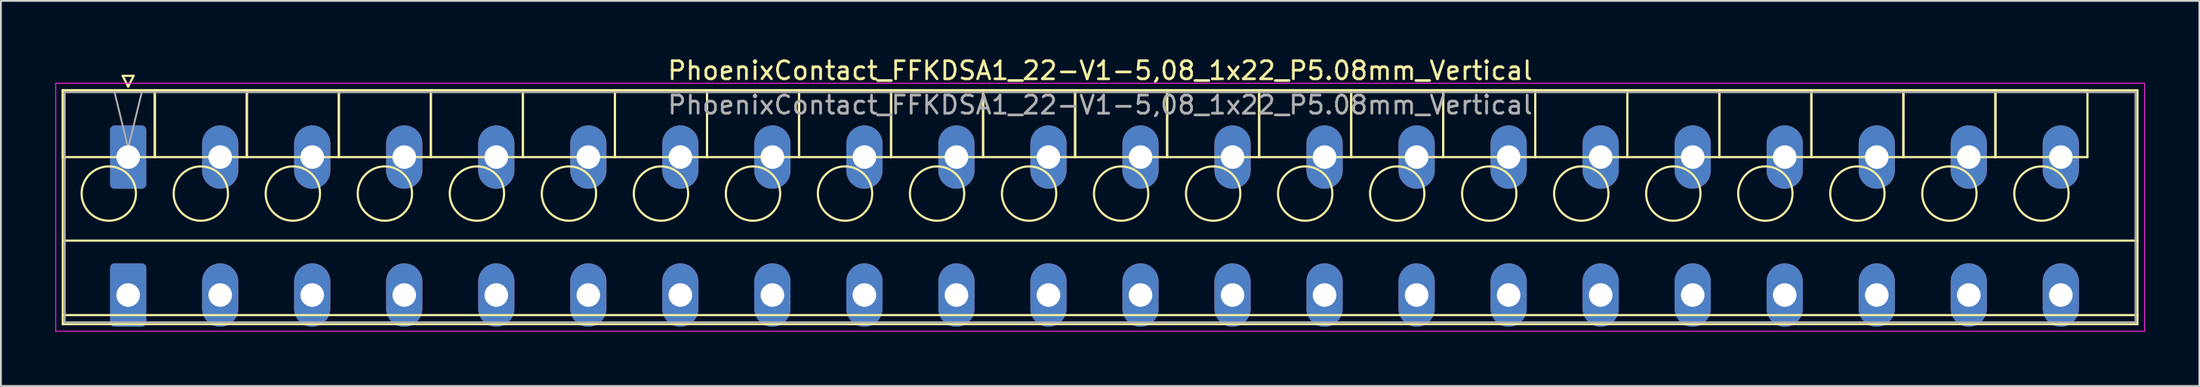
<source format=kicad_pcb>
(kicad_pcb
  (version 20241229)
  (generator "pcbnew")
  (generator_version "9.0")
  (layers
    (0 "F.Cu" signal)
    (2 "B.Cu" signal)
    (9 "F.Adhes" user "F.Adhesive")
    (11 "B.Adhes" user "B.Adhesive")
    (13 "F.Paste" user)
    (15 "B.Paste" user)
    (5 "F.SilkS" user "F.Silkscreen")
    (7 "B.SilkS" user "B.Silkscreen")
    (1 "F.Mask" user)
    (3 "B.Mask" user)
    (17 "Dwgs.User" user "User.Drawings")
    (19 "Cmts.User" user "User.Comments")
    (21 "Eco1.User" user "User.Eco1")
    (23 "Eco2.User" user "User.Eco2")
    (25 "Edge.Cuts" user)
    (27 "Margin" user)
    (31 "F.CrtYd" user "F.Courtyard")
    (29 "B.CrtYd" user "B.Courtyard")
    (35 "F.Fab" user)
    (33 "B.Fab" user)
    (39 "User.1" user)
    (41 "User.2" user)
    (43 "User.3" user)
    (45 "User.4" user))
  (footprint "PhoenixContact_FFKDSA1_22-V1-5,08_1x22_P5.08mm_Vertical"
    (layer "F.Cu")
    (at 4.025 5.628)
    (property "Reference" "PhoenixContact_FFKDSA1_22-V1-5,08_1x22_P5.08mm_Vertical" (at 53.65 -4.78 0) (layer "F.SilkS") (effects (font (size 1 1) (thickness 0.15))))
    (attr through_hole)
    (fp_line (start -3.61 -3.69) (end -3.61 0) (stroke (width 0.12) (type solid)) (layer "F.SilkS"))
    (fp_line (start -3.61 -3.69) (end -3.61 9.23) (stroke (width 0.12) (type solid)) (layer "F.SilkS"))
    (fp_line (start -3.61 0) (end 1.47 0) (stroke (width 0.12) (type solid)) (layer "F.SilkS"))
    (fp_line (start -3.61 4.615) (end 110.91 4.615) (stroke (width 0.12) (type solid)) (layer "F.SilkS"))
    (fp_line (start -3.61 8.73) (end 110.91 8.73) (stroke (width 0.12) (type solid)) (layer "F.SilkS"))
    (fp_line (start -3.61 9.23) (end 110.91 9.23) (stroke (width 0.12) (type solid)) (layer "F.SilkS"))
    (fp_line (start -0.3 -4.49) (end 0.3 -4.49) (stroke (width 0.12) (type solid)) (layer "F.SilkS"))
    (fp_line (start 0 -3.89) (end -0.3 -4.49) (stroke (width 0.12) (type solid)) (layer "F.SilkS"))
    (fp_line (start 0.3 -4.49) (end 0 -3.89) (stroke (width 0.12) (type solid)) (layer "F.SilkS"))
    (fp_line (start 1.47 -3.69) (end -3.61 -3.69) (stroke (width 0.12) (type solid)) (layer "F.SilkS"))
    (fp_line (start 1.47 -3.69) (end 1.47 0) (stroke (width 0.12) (type solid)) (layer "F.SilkS"))
    (fp_line (start 1.47 0) (end 1.47 -3.69) (stroke (width 0.12) (type solid)) (layer "F.SilkS"))
    (fp_line (start 1.47 0) (end 6.55 0) (stroke (width 0.12) (type solid)) (layer "F.SilkS"))
    (fp_line (start 6.55 -3.69) (end 1.47 -3.69) (stroke (width 0.12) (type solid)) (layer "F.SilkS"))
    (fp_line (start 6.55 -3.69) (end 6.55 0) (stroke (width 0.12) (type solid)) (layer "F.SilkS"))
    (fp_line (start 6.55 0) (end 6.55 -3.69) (stroke (width 0.12) (type solid)) (layer "F.SilkS"))
    (fp_line (start 6.55 0) (end 11.63 0) (stroke (width 0.12) (type solid)) (layer "F.SilkS"))
    (fp_line (start 11.63 -3.69) (end 6.55 -3.69) (stroke (width 0.12) (type solid)) (layer "F.SilkS"))
    (fp_line (start 11.63 -3.69) (end 11.63 0) (stroke (width 0.12) (type solid)) (layer "F.SilkS"))
    (fp_line (start 11.63 0) (end 11.63 -3.69) (stroke (width 0.12) (type solid)) (layer "F.SilkS"))
    (fp_line (start 11.63 0) (end 16.71 0) (stroke (width 0.12) (type solid)) (layer "F.SilkS"))
    (fp_line (start 16.71 -3.69) (end 11.63 -3.69) (stroke (width 0.12) (type solid)) (layer "F.SilkS"))
    (fp_line (start 16.71 -3.69) (end 16.71 0) (stroke (width 0.12) (type solid)) (layer "F.SilkS"))
    (fp_line (start 16.71 0) (end 16.71 -3.69) (stroke (width 0.12) (type solid)) (layer "F.SilkS"))
    (fp_line (start 16.71 0) (end 21.79 0) (stroke (width 0.12) (type solid)) (layer "F.SilkS"))
    (fp_line (start 21.79 -3.69) (end 16.71 -3.69) (stroke (width 0.12) (type solid)) (layer "F.SilkS"))
    (fp_line (start 21.79 -3.69) (end 21.79 0) (stroke (width 0.12) (type solid)) (layer "F.SilkS"))
    (fp_line (start 21.79 0) (end 21.79 -3.69) (stroke (width 0.12) (type solid)) (layer "F.SilkS"))
    (fp_line (start 21.79 0) (end 26.87 0) (stroke (width 0.12) (type solid)) (layer "F.SilkS"))
    (fp_line (start 26.87 -3.69) (end 21.79 -3.69) (stroke (width 0.12) (type solid)) (layer "F.SilkS"))
    (fp_line (start 26.87 -3.69) (end 26.87 0) (stroke (width 0.12) (type solid)) (layer "F.SilkS"))
    (fp_line (start 26.87 0) (end 26.87 -3.69) (stroke (width 0.12) (type solid)) (layer "F.SilkS"))
    (fp_line (start 26.87 0) (end 31.95 0) (stroke (width 0.12) (type solid)) (layer "F.SilkS"))
    (fp_line (start 31.95 -3.69) (end 26.87 -3.69) (stroke (width 0.12) (type solid)) (layer "F.SilkS"))
    (fp_line (start 31.95 -3.69) (end 31.95 0) (stroke (width 0.12) (type solid)) (layer "F.SilkS"))
    (fp_line (start 31.95 0) (end 31.95 -3.69) (stroke (width 0.12) (type solid)) (layer "F.SilkS"))
    (fp_line (start 31.95 0) (end 37.03 0) (stroke (width 0.12) (type solid)) (layer "F.SilkS"))
    (fp_line (start 37.03 -3.69) (end 31.95 -3.69) (stroke (width 0.12) (type solid)) (layer "F.SilkS"))
    (fp_line (start 37.03 -3.69) (end 37.03 0) (stroke (width 0.12) (type solid)) (layer "F.SilkS"))
    (fp_line (start 37.03 0) (end 37.03 -3.69) (stroke (width 0.12) (type solid)) (layer "F.SilkS"))
    (fp_line (start 37.03 0) (end 42.11 0) (stroke (width 0.12) (type solid)) (layer "F.SilkS"))
    (fp_line (start 42.11 -3.69) (end 37.03 -3.69) (stroke (width 0.12) (type solid)) (layer "F.SilkS"))
    (fp_line (start 42.11 -3.69) (end 42.11 0) (stroke (width 0.12) (type solid)) (layer "F.SilkS"))
    (fp_line (start 42.11 0) (end 42.11 -3.69) (stroke (width 0.12) (type solid)) (layer "F.SilkS"))
    (fp_line (start 42.11 0) (end 47.19 0) (stroke (width 0.12) (type solid)) (layer "F.SilkS"))
    (fp_line (start 47.19 -3.69) (end 42.11 -3.69) (stroke (width 0.12) (type solid)) (layer "F.SilkS"))
    (fp_line (start 47.19 -3.69) (end 47.19 0) (stroke (width 0.12) (type solid)) (layer "F.SilkS"))
    (fp_line (start 47.19 0) (end 47.19 -3.69) (stroke (width 0.12) (type solid)) (layer "F.SilkS"))
    (fp_line (start 47.19 0) (end 52.27 0) (stroke (width 0.12) (type solid)) (layer "F.SilkS"))
    (fp_line (start 52.27 -3.69) (end 47.19 -3.69) (stroke (width 0.12) (type solid)) (layer "F.SilkS"))
    (fp_line (start 52.27 -3.69) (end 52.27 0) (stroke (width 0.12) (type solid)) (layer "F.SilkS"))
    (fp_line (start 52.27 0) (end 52.27 -3.69) (stroke (width 0.12) (type solid)) (layer "F.SilkS"))
    (fp_line (start 52.27 0) (end 57.35 0) (stroke (width 0.12) (type solid)) (layer "F.SilkS"))
    (fp_line (start 57.35 -3.69) (end 52.27 -3.69) (stroke (width 0.12) (type solid)) (layer "F.SilkS"))
    (fp_line (start 57.35 -3.69) (end 57.35 0) (stroke (width 0.12) (type solid)) (layer "F.SilkS"))
    (fp_line (start 57.35 0) (end 57.35 -3.69) (stroke (width 0.12) (type solid)) (layer "F.SilkS"))
    (fp_line (start 57.35 0) (end 62.43 0) (stroke (width 0.12) (type solid)) (layer "F.SilkS"))
    (fp_line (start 62.43 -3.69) (end 57.35 -3.69) (stroke (width 0.12) (type solid)) (layer "F.SilkS"))
    (fp_line (start 62.43 -3.69) (end 62.43 0) (stroke (width 0.12) (type solid)) (layer "F.SilkS"))
    (fp_line (start 62.43 0) (end 62.43 -3.69) (stroke (width 0.12) (type solid)) (layer "F.SilkS"))
    (fp_line (start 62.43 0) (end 67.51 0) (stroke (width 0.12) (type solid)) (layer "F.SilkS"))
    (fp_line (start 67.51 -3.69) (end 62.43 -3.69) (stroke (width 0.12) (type solid)) (layer "F.SilkS"))
    (fp_line (start 67.51 -3.69) (end 67.51 0) (stroke (width 0.12) (type solid)) (layer "F.SilkS"))
    (fp_line (start 67.51 0) (end 67.51 -3.69) (stroke (width 0.12) (type solid)) (layer "F.SilkS"))
    (fp_line (start 67.51 0) (end 72.59 0) (stroke (width 0.12) (type solid)) (layer "F.SilkS"))
    (fp_line (start 72.59 -3.69) (end 67.51 -3.69) (stroke (width 0.12) (type solid)) (layer "F.SilkS"))
    (fp_line (start 72.59 -3.69) (end 72.59 0) (stroke (width 0.12) (type solid)) (layer "F.SilkS"))
    (fp_line (start 72.59 0) (end 72.59 -3.69) (stroke (width 0.12) (type solid)) (layer "F.SilkS"))
    (fp_line (start 72.59 0) (end 77.67 0) (stroke (width 0.12) (type solid)) (layer "F.SilkS"))
    (fp_line (start 77.67 -3.69) (end 72.59 -3.69) (stroke (width 0.12) (type solid)) (layer "F.SilkS"))
    (fp_line (start 77.67 -3.69) (end 77.67 0) (stroke (width 0.12) (type solid)) (layer "F.SilkS"))
    (fp_line (start 77.67 0) (end 77.67 -3.69) (stroke (width 0.12) (type solid)) (layer "F.SilkS"))
    (fp_line (start 77.67 0) (end 82.75 0) (stroke (width 0.12) (type solid)) (layer "F.SilkS"))
    (fp_line (start 82.75 -3.69) (end 77.67 -3.69) (stroke (width 0.12) (type solid)) (layer "F.SilkS"))
    (fp_line (start 82.75 -3.69) (end 82.75 0) (stroke (width 0.12) (type solid)) (layer "F.SilkS"))
    (fp_line (start 82.75 0) (end 82.75 -3.69) (stroke (width 0.12) (type solid)) (layer "F.SilkS"))
    (fp_line (start 82.75 0) (end 87.83 0) (stroke (width 0.12) (type solid)) (layer "F.SilkS"))
    (fp_line (start 87.83 -3.69) (end 82.75 -3.69) (stroke (width 0.12) (type solid)) (layer "F.SilkS"))
    (fp_line (start 87.83 -3.69) (end 87.83 0) (stroke (width 0.12) (type solid)) (layer "F.SilkS"))
    (fp_line (start 87.83 0) (end 87.83 -3.69) (stroke (width 0.12) (type solid)) (layer "F.SilkS"))
    (fp_line (start 87.83 0) (end 92.91 0) (stroke (width 0.12) (type solid)) (layer "F.SilkS"))
    (fp_line (start 92.91 -3.69) (end 87.83 -3.69) (stroke (width 0.12) (type solid)) (layer "F.SilkS"))
    (fp_line (start 92.91 -3.69) (end 92.91 0) (stroke (width 0.12) (type solid)) (layer "F.SilkS"))
    (fp_line (start 92.91 0) (end 92.91 -3.69) (stroke (width 0.12) (type solid)) (layer "F.SilkS"))
    (fp_line (start 92.91 0) (end 97.99 0) (stroke (width 0.12) (type solid)) (layer "F.SilkS"))
    (fp_line (start 97.99 -3.69) (end 92.91 -3.69) (stroke (width 0.12) (type solid)) (layer "F.SilkS"))
    (fp_line (start 97.99 -3.69) (end 97.99 0) (stroke (width 0.12) (type solid)) (layer "F.SilkS"))
    (fp_line (start 97.99 0) (end 97.99 -3.69) (stroke (width 0.12) (type solid)) (layer "F.SilkS"))
    (fp_line (start 97.99 0) (end 103.07 0) (stroke (width 0.12) (type solid)) (layer "F.SilkS"))
    (fp_line (start 103.07 -3.69) (end 97.99 -3.69) (stroke (width 0.12) (type solid)) (layer "F.SilkS"))
    (fp_line (start 103.07 -3.69) (end 103.07 0) (stroke (width 0.12) (type solid)) (layer "F.SilkS"))
    (fp_line (start 103.07 0) (end 103.07 -3.69) (stroke (width 0.12) (type solid)) (layer "F.SilkS"))
    (fp_line (start 103.07 0) (end 108.15 0) (stroke (width 0.12) (type solid)) (layer "F.SilkS"))
    (fp_line (start 108.15 -3.69) (end 103.07 -3.69) (stroke (width 0.12) (type solid)) (layer "F.SilkS"))
    (fp_line (start 108.15 0) (end 108.15 -3.69) (stroke (width 0.12) (type solid)) (layer "F.SilkS"))
    (fp_line (start 110.91 -3.69) (end -3.61 -3.69) (stroke (width 0.12) (type solid)) (layer "F.SilkS"))
    (fp_line (start 110.91 9.23) (end 110.91 -3.69) (stroke (width 0.12) (type solid)) (layer "F.SilkS"))
    (fp_circle (center -1.07 2.015) (end 0.43 2.015) (stroke (width 0.12) (type solid)) (fill no) (layer "F.SilkS"))
    (fp_circle (center 4.01 2.015) (end 5.51 2.015) (stroke (width 0.12) (type solid)) (fill no) (layer "F.SilkS"))
    (fp_circle (center 9.09 2.015) (end 10.59 2.015) (stroke (width 0.12) (type solid)) (fill no) (layer "F.SilkS"))
    (fp_circle (center 14.17 2.015) (end 15.67 2.015) (stroke (width 0.12) (type solid)) (fill no) (layer "F.SilkS"))
    (fp_circle (center 19.25 2.015) (end 20.75 2.015) (stroke (width 0.12) (type solid)) (fill no) (layer "F.SilkS"))
    (fp_circle (center 24.33 2.015) (end 25.83 2.015) (stroke (width 0.12) (type solid)) (fill no) (layer "F.SilkS"))
    (fp_circle (center 29.41 2.015) (end 30.91 2.015) (stroke (width 0.12) (type solid)) (fill no) (layer "F.SilkS"))
    (fp_circle (center 34.49 2.015) (end 35.99 2.015) (stroke (width 0.12) (type solid)) (fill no) (layer "F.SilkS"))
    (fp_circle (center 39.57 2.015) (end 41.07 2.015) (stroke (width 0.12) (type solid)) (fill no) (layer "F.SilkS"))
    (fp_circle (center 44.65 2.015) (end 46.15 2.015) (stroke (width 0.12) (type solid)) (fill no) (layer "F.SilkS"))
    (fp_circle (center 49.73 2.015) (end 51.23 2.015) (stroke (width 0.12) (type solid)) (fill no) (layer "F.SilkS"))
    (fp_circle (center 54.81 2.015) (end 56.31 2.015) (stroke (width 0.12) (type solid)) (fill no) (layer "F.SilkS"))
    (fp_circle (center 59.89 2.015) (end 61.39 2.015) (stroke (width 0.12) (type solid)) (fill no) (layer "F.SilkS"))
    (fp_circle (center 64.97 2.015) (end 66.47 2.015) (stroke (width 0.12) (type solid)) (fill no) (layer "F.SilkS"))
    (fp_circle (center 70.05 2.015) (end 71.55 2.015) (stroke (width 0.12) (type solid)) (fill no) (layer "F.SilkS"))
    (fp_circle (center 75.13 2.015) (end 76.63 2.015) (stroke (width 0.12) (type solid)) (fill no) (layer "F.SilkS"))
    (fp_circle (center 80.21 2.015) (end 81.71 2.015) (stroke (width 0.12) (type solid)) (fill no) (layer "F.SilkS"))
    (fp_circle (center 85.29 2.015) (end 86.79 2.015) (stroke (width 0.12) (type solid)) (fill no) (layer "F.SilkS"))
    (fp_circle (center 90.37 2.015) (end 91.87 2.015) (stroke (width 0.12) (type solid)) (fill no) (layer "F.SilkS"))
    (fp_circle (center 95.45 2.015) (end 96.95 2.015) (stroke (width 0.12) (type solid)) (fill no) (layer "F.SilkS"))
    (fp_circle (center 100.53 2.015) (end 102.03 2.015) (stroke (width 0.12) (type solid)) (fill no) (layer "F.SilkS"))
    (fp_circle (center 105.61 2.015) (end 107.11 2.015) (stroke (width 0.12) (type solid)) (fill no) (layer "F.SilkS"))
    (fp_line (start -4 -4.08) (end -4 9.62) (stroke (width 0.05) (type solid)) (layer "F.CrtYd"))
    (fp_line (start -4 9.62) (end 111.3 9.62) (stroke (width 0.05) (type solid)) (layer "F.CrtYd"))
    (fp_line (start 111.3 -4.08) (end -4 -4.08) (stroke (width 0.05) (type solid)) (layer "F.CrtYd"))
    (fp_line (start 111.3 9.62) (end 111.3 -4.08) (stroke (width 0.05) (type solid)) (layer "F.CrtYd"))
    (fp_line (start -3.5 -3.58) (end -3.5 9.12) (stroke (width 0.1) (type solid)) (layer "F.Fab"))
    (fp_line (start -3.5 9.12) (end 110.8 9.12) (stroke (width 0.1) (type solid)) (layer "F.Fab"))
    (fp_line (start 0 -0.5) (end -0.75 -3.58) (stroke (width 0.1) (type solid)) (layer "F.Fab"))
    (fp_line (start 0.75 -3.58) (end 0 -0.5) (stroke (width 0.1) (type solid)) (layer "F.Fab"))
    (fp_line (start 110.8 -3.58) (end -3.5 -3.58) (stroke (width 0.1) (type solid)) (layer "F.Fab"))
    (fp_line (start 110.8 9.12) (end 110.8 -3.58) (stroke (width 0.1) (type solid)) (layer "F.Fab"))
    (fp_text user "${REFERENCE}" (at 53.65 -2.88 0) (layer "F.Fab") (effects (font (size 1 1) (thickness 0.15))))
    (pad "1" thru_hole roundrect (at 0 0) (size 2 3.5) (drill 1.3) (layers "*.Cu" "*.Mask") (roundrect_rratio 0.125))
    (pad "1" thru_hole roundrect (at 0 7.62) (size 2 3.5) (drill 1.3) (layers "*.Cu" "*.Mask") (roundrect_rratio 0.125))
    (pad "2" thru_hole oval (at 5.08 0) (size 2 3.5) (drill 1.3) (layers "*.Cu" "*.Mask"))
    (pad "2" thru_hole oval (at 5.08 7.62) (size 2 3.5) (drill 1.3) (layers "*.Cu" "*.Mask"))
    (pad "3" thru_hole oval (at 10.16 0) (size 2 3.5) (drill 1.3) (layers "*.Cu" "*.Mask"))
    (pad "3" thru_hole oval (at 10.16 7.62) (size 2 3.5) (drill 1.3) (layers "*.Cu" "*.Mask"))
    (pad "4" thru_hole oval (at 15.24 0) (size 2 3.5) (drill 1.3) (layers "*.Cu" "*.Mask"))
    (pad "4" thru_hole oval (at 15.24 7.62) (size 2 3.5) (drill 1.3) (layers "*.Cu" "*.Mask"))
    (pad "5" thru_hole oval (at 20.32 0) (size 2 3.5) (drill 1.3) (layers "*.Cu" "*.Mask"))
    (pad "5" thru_hole oval (at 20.32 7.62) (size 2 3.5) (drill 1.3) (layers "*.Cu" "*.Mask"))
    (pad "6" thru_hole oval (at 25.4 0) (size 2 3.5) (drill 1.3) (layers "*.Cu" "*.Mask"))
    (pad "6" thru_hole oval (at 25.4 7.62) (size 2 3.5) (drill 1.3) (layers "*.Cu" "*.Mask"))
    (pad "7" thru_hole oval (at 30.48 0) (size 2 3.5) (drill 1.3) (layers "*.Cu" "*.Mask"))
    (pad "7" thru_hole oval (at 30.48 7.62) (size 2 3.5) (drill 1.3) (layers "*.Cu" "*.Mask"))
    (pad "8" thru_hole oval (at 35.56 0) (size 2 3.5) (drill 1.3) (layers "*.Cu" "*.Mask"))
    (pad "8" thru_hole oval (at 35.56 7.62) (size 2 3.5) (drill 1.3) (layers "*.Cu" "*.Mask"))
    (pad "9" thru_hole oval (at 40.64 0) (size 2 3.5) (drill 1.3) (layers "*.Cu" "*.Mask"))
    (pad "9" thru_hole oval (at 40.64 7.62) (size 2 3.5) (drill 1.3) (layers "*.Cu" "*.Mask"))
    (pad "10" thru_hole oval (at 45.72 0) (size 2 3.5) (drill 1.3) (layers "*.Cu" "*.Mask"))
    (pad "10" thru_hole oval (at 45.72 7.62) (size 2 3.5) (drill 1.3) (layers "*.Cu" "*.Mask"))
    (pad "11" thru_hole oval (at 50.8 0) (size 2 3.5) (drill 1.3) (layers "*.Cu" "*.Mask"))
    (pad "11" thru_hole oval (at 50.8 7.62) (size 2 3.5) (drill 1.3) (layers "*.Cu" "*.Mask"))
    (pad "12" thru_hole oval (at 55.88 0) (size 2 3.5) (drill 1.3) (layers "*.Cu" "*.Mask"))
    (pad "12" thru_hole oval (at 55.88 7.62) (size 2 3.5) (drill 1.3) (layers "*.Cu" "*.Mask"))
    (pad "13" thru_hole oval (at 60.96 0) (size 2 3.5) (drill 1.3) (layers "*.Cu" "*.Mask"))
    (pad "13" thru_hole oval (at 60.96 7.62) (size 2 3.5) (drill 1.3) (layers "*.Cu" "*.Mask"))
    (pad "14" thru_hole oval (at 66.04 0) (size 2 3.5) (drill 1.3) (layers "*.Cu" "*.Mask"))
    (pad "14" thru_hole oval (at 66.04 7.62) (size 2 3.5) (drill 1.3) (layers "*.Cu" "*.Mask"))
    (pad "15" thru_hole oval (at 71.12 0) (size 2 3.5) (drill 1.3) (layers "*.Cu" "*.Mask"))
    (pad "15" thru_hole oval (at 71.12 7.62) (size 2 3.5) (drill 1.3) (layers "*.Cu" "*.Mask"))
    (pad "16" thru_hole oval (at 76.2 0) (size 2 3.5) (drill 1.3) (layers "*.Cu" "*.Mask"))
    (pad "16" thru_hole oval (at 76.2 7.62) (size 2 3.5) (drill 1.3) (layers "*.Cu" "*.Mask"))
    (pad "17" thru_hole oval (at 81.28 0) (size 2 3.5) (drill 1.3) (layers "*.Cu" "*.Mask"))
    (pad "17" thru_hole oval (at 81.28 7.62) (size 2 3.5) (drill 1.3) (layers "*.Cu" "*.Mask"))
    (pad "18" thru_hole oval (at 86.36 0) (size 2 3.5) (drill 1.3) (layers "*.Cu" "*.Mask"))
    (pad "18" thru_hole oval (at 86.36 7.62) (size 2 3.5) (drill 1.3) (layers "*.Cu" "*.Mask"))
    (pad "19" thru_hole oval (at 91.44 0) (size 2 3.5) (drill 1.3) (layers "*.Cu" "*.Mask"))
    (pad "19" thru_hole oval (at 91.44 7.62) (size 2 3.5) (drill 1.3) (layers "*.Cu" "*.Mask"))
    (pad "20" thru_hole oval (at 96.52 0) (size 2 3.5) (drill 1.3) (layers "*.Cu" "*.Mask"))
    (pad "20" thru_hole oval (at 96.52 7.62) (size 2 3.5) (drill 1.3) (layers "*.Cu" "*.Mask"))
    (pad "21" thru_hole oval (at 101.6 0) (size 2 3.5) (drill 1.3) (layers "*.Cu" "*.Mask"))
    (pad "21" thru_hole oval (at 101.6 7.62) (size 2 3.5) (drill 1.3) (layers "*.Cu" "*.Mask"))
    (pad "22" thru_hole oval (at 106.68 0) (size 2 3.5) (drill 1.3) (layers "*.Cu" "*.Mask"))
    (pad "22" thru_hole oval (at 106.68 7.62) (size 2 3.5) (drill 1.3) (layers "*.Cu" "*.Mask")))
  (gr_rect
    (start -3 -3)
    (end 118.35 18.273)
    (stroke (width 0.1) (type default))
    (fill no)
    (layer "Edge.Cuts")))
</source>
